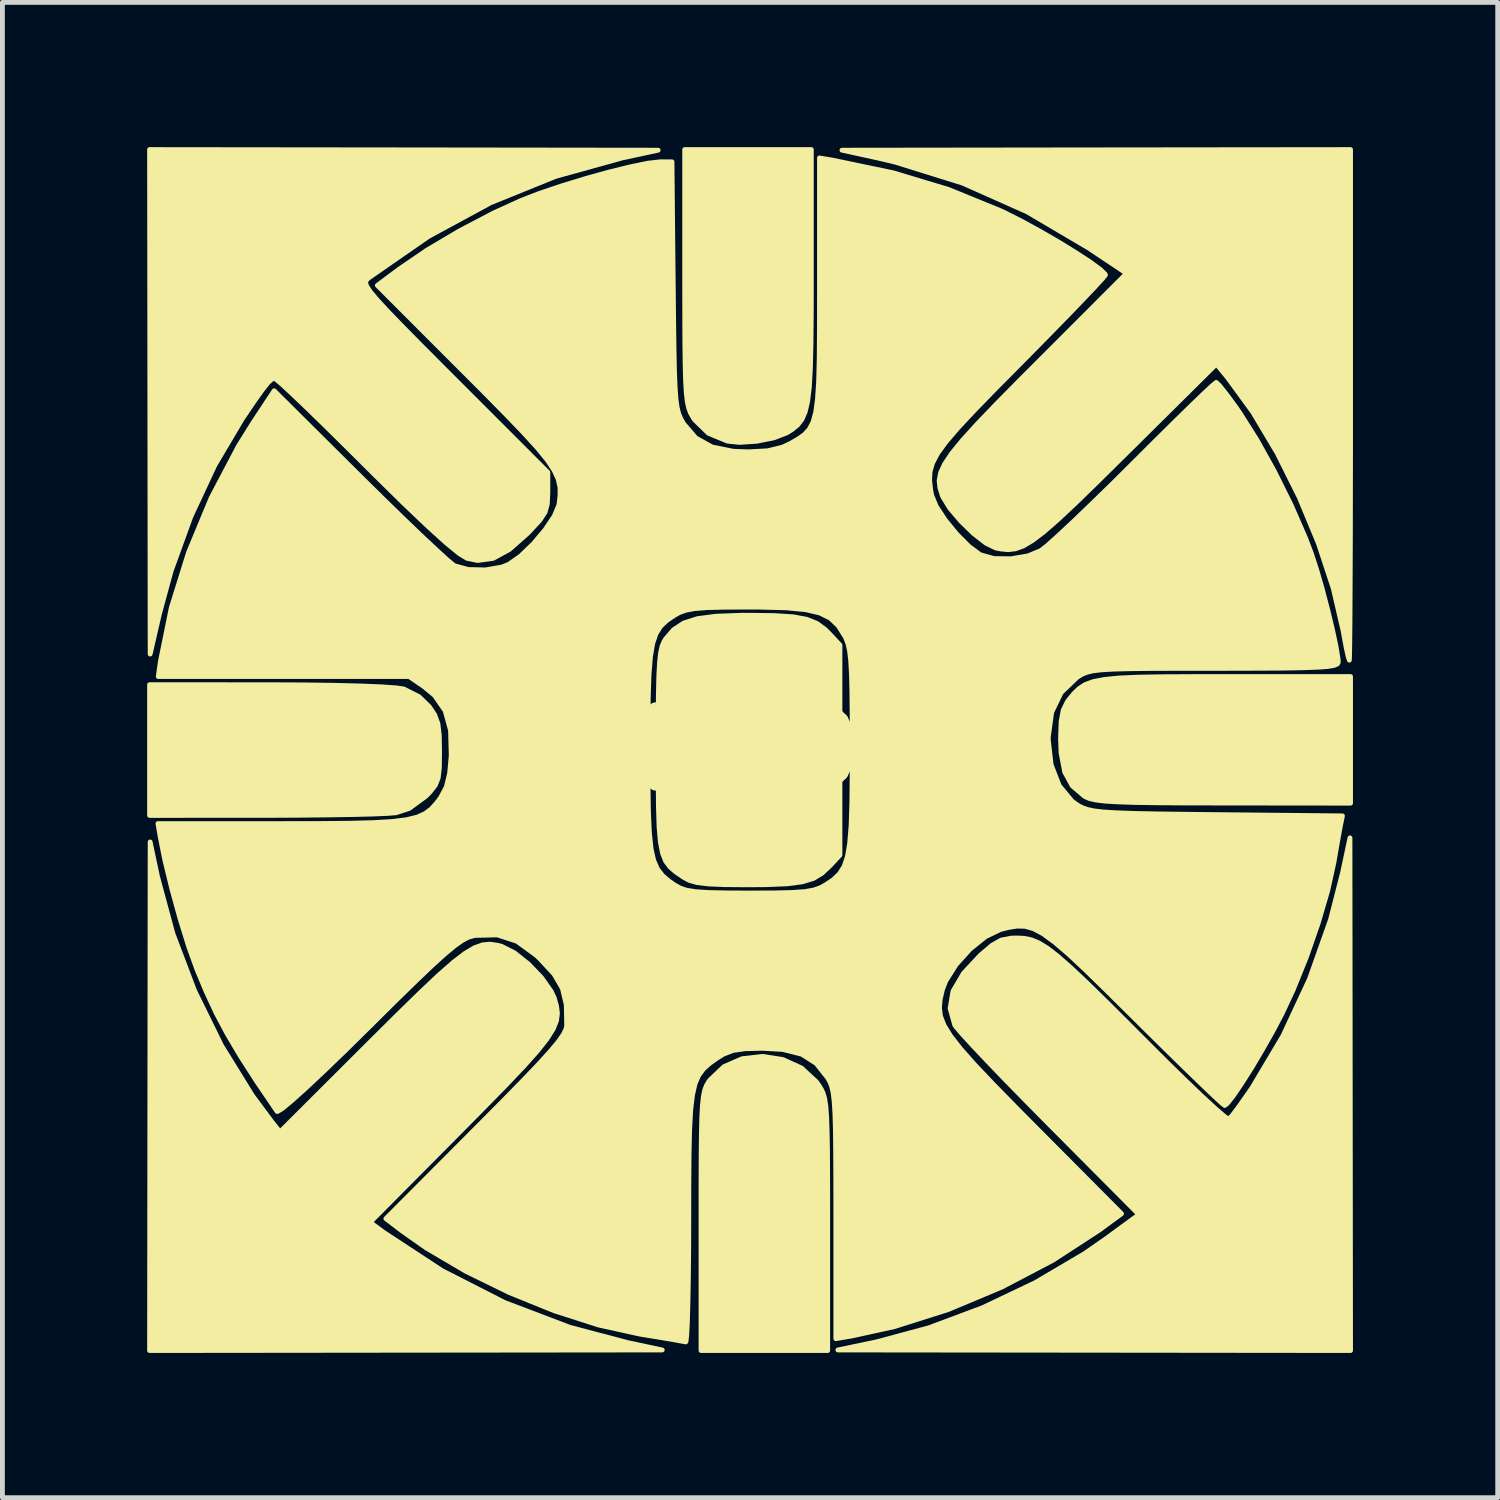
<source format=kicad_pcb>
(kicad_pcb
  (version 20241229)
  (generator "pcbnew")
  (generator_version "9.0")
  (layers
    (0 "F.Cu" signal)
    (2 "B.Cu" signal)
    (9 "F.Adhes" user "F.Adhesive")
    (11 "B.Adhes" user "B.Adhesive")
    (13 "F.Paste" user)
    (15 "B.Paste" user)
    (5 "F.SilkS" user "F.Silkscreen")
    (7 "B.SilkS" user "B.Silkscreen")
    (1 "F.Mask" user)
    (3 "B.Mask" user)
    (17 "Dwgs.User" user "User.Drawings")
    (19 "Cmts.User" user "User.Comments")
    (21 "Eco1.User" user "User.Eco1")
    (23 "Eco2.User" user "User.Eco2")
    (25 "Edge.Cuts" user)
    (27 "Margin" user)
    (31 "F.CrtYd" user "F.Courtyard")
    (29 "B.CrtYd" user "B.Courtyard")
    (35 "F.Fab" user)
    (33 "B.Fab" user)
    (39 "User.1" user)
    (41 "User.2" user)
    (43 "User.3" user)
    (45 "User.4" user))
  (footprint "MED"
    (layer "F.Cu")
    (at 12.496 12.496)
    (property "Reference" "MED" (at 0 0 0) (layer "F.SilkS") (effects (font (size 1.524 1.524) (thickness 0.3))))
    (attr through_hole)
    (fp_poly (pts (xy -6.435 0.026) (xy -6.439 0.359) (xy -6.463 0.576) (xy -6.522 0.727) (xy -6.632 0.867) (xy -6.721 0.958) (xy -7.063 1.209) (xy -7.335 1.299) (xy -7.504 1.313) (xy -7.817 1.326) (xy -8.249 1.337) (xy -8.774 1.345) (xy -9.367 1.351) (xy -10.002 1.354) (xy -10.054 1.354) (xy -12.446 1.355) (xy -12.446 0) (xy -12.446 -1.355) (xy -9.97 -1.354) (xy -9.259 -1.351) (xy -8.619 -1.342) (xy -8.07 -1.328) (xy -7.631 -1.31) (xy -7.323 -1.288) (xy -7.177 -1.266) (xy -6.861 -1.106) (xy -6.648 -0.899) (xy -6.535 -0.728) (xy -6.47 -0.548) (xy -6.441 -0.306) (xy -6.435 0.026)) (stroke (width 0.1) (type solid)) (fill yes) (layer "F.SilkS"))
    (fp_poly (pts (xy 1.27 -9.855) (xy 1.269 -9.064) (xy 1.263 -8.424) (xy 1.251 -7.916) (xy 1.229 -7.524) (xy 1.194 -7.227) (xy 1.143 -7.009) (xy 1.075 -6.852) (xy 0.985 -6.736) (xy 0.871 -6.643) (xy 0.762 -6.575) (xy 0.491 -6.47) (xy 0.134 -6.4) (xy -0.224 -6.377) (xy -0.466 -6.402) (xy -0.863 -6.566) (xy -1.149 -6.845) (xy -1.188 -6.905) (xy -1.235 -6.99) (xy -1.272 -7.088) (xy -1.301 -7.22) (xy -1.322 -7.405) (xy -1.337 -7.662) (xy -1.346 -8.01) (xy -1.352 -8.47) (xy -1.354 -9.059) (xy -1.355 -9.799) (xy -1.355 -9.81) (xy -1.355 -12.446) (xy -0.042 -12.446) (xy 1.27 -12.446) (xy 1.27 -9.855)) (stroke (width 0.1) (type solid)) (fill yes) (layer "F.SilkS"))
    (fp_poly (pts (xy 1.609 12.446) (xy 0.296 12.446) (xy -1.016 12.446) (xy -1.016 9.771) (xy -1.016 9.027) (xy -1.014 8.433) (xy -1.009 7.97) (xy -1.001 7.619) (xy -0.987 7.36) (xy -0.967 7.176) (xy -0.94 7.047) (xy -0.904 6.953) (xy -0.858 6.875) (xy -0.834 6.84) (xy -0.539 6.56) (xy -0.162 6.397) (xy 0.258 6.349) (xy 0.68 6.414) (xy 1.066 6.59) (xy 1.376 6.877) (xy 1.416 6.934) (xy 1.47 7.019) (xy 1.513 7.107) (xy 1.546 7.219) (xy 1.57 7.373) (xy 1.587 7.589) (xy 1.598 7.886) (xy 1.605 8.286) (xy 1.608 8.805) (xy 1.609 9.466) (xy 1.609 9.834) (xy 1.609 12.446)) (stroke (width 0.1) (type solid)) (fill yes) (layer "F.SilkS"))
    (fp_poly (pts (xy 12.446 1.101) (xy 9.8 1.098) (xy 9.046 1.097) (xy 8.443 1.093) (xy 7.971 1.086) (xy 7.614 1.074) (xy 7.351 1.058) (xy 7.165 1.035) (xy 7.038 1.006) (xy 6.949 0.968) (xy 6.932 0.958) (xy 6.678 0.742) (xy 6.521 0.454) (xy 6.446 0.06) (xy 6.435 -0.234) (xy 6.447 -0.587) (xy 6.49 -0.825) (xy 6.576 -1.001) (xy 6.611 -1.049) (xy 6.717 -1.177) (xy 6.824 -1.279) (xy 6.951 -1.36) (xy 7.118 -1.42) (xy 7.343 -1.463) (xy 7.645 -1.493) (xy 8.044 -1.511) (xy 8.559 -1.52) (xy 9.208 -1.523) (xy 9.859 -1.524) (xy 12.446 -1.524) (xy 12.446 -0.212) (xy 12.446 1.101)) (stroke (width 0.1) (type solid)) (fill yes) (layer "F.SilkS"))
    (fp_poly (pts (xy -1.82 12.434) (xy -7.133 12.44) (xy -12.446 12.446) (xy -12.44 7.176) (xy -12.434 1.905) (xy -12.281 2.625) (xy -11.961 3.808) (xy -11.513 4.988) (xy -10.957 6.121) (xy -10.313 7.164) (xy -9.911 7.705) (xy -9.743 7.916) (xy -7.855 6.032) (xy -7.288 5.469) (xy -6.825 5.017) (xy -6.451 4.664) (xy -6.15 4.4) (xy -5.909 4.215) (xy -5.712 4.098) (xy -5.544 4.037) (xy -5.391 4.023) (xy -5.239 4.045) (xy -5.148 4.069) (xy -4.885 4.202) (xy -4.592 4.435) (xy -4.32 4.719) (xy -4.119 5.005) (xy -4.058 5.139) (xy -4.011 5.304) (xy -3.992 5.456) (xy -4.011 5.61) (xy -4.08 5.782) (xy -4.208 5.985) (xy -4.407 6.237) (xy -4.686 6.55) (xy -5.056 6.94) (xy -5.529 7.423) (xy -5.98 7.879) (xy -7.875 9.788) (xy -7.602 9.991) (xy -6.387 10.788) (xy -5.09 11.45) (xy -3.737 11.964) (xy -2.54 12.281) (xy -1.82 12.434)) (stroke (width 0.1) (type solid)) (fill yes) (layer "F.SilkS"))
    (fp_poly (pts (xy 1.863 2.177) (xy 1.654 2.401) (xy 1.492 2.553) (xy 1.313 2.661) (xy 1.083 2.731) (xy 0.773 2.772) (xy 0.349 2.79) (xy -0.069 2.793) (xy -0.536 2.789) (xy -0.868 2.775) (xy -1.098 2.747) (xy -1.259 2.701) (xy -1.38 2.636) (xy -1.537 2.529) (xy -1.658 2.425) (xy -1.75 2.301) (xy -1.815 2.136) (xy -1.859 1.909) (xy -1.886 1.597) (xy -1.899 1.179) (xy -1.904 0.634) (xy -1.905 0) (xy -1.904 -0.655) (xy -1.9 -1.162) (xy -1.891 -1.544) (xy -1.876 -1.822) (xy -1.854 -2.018) (xy -1.823 -2.154) (xy -1.782 -2.251) (xy -1.752 -2.3) (xy -1.586 -2.494) (xy -1.376 -2.632) (xy -1.093 -2.723) (xy -0.707 -2.774) (xy -0.191 -2.793) (xy -0.014 -2.794) (xy 0.507 -2.787) (xy 0.893 -2.762) (xy 1.174 -2.71) (xy 1.385 -2.625) (xy 1.558 -2.498) (xy 1.654 -2.401) (xy 1.863 -2.177) (xy 1.863 -0.000001) (xy 1.863 2.177)) (stroke (width 0.1) (type solid)) (fill yes) (layer "F.SilkS"))
    (fp_poly (pts (xy 12.446 12.446) (xy 7.133 12.44) (xy 1.82 12.434) (xy 2.618 12.267) (xy 3.706 11.974) (xy 4.821 11.557) (xy 5.912 11.038) (xy 6.925 10.441) (xy 7.353 10.145) (xy 8.06 9.628) (xy 6.198 7.756) (xy 5.734 7.286) (xy 5.305 6.848) (xy 4.929 6.457) (xy 4.62 6.13) (xy 4.393 5.882) (xy 4.264 5.731) (xy 4.242 5.699) (xy 4.146 5.355) (xy 4.205 5) (xy 4.424 4.626) (xy 4.775 4.25) (xy 5.017 4.045) (xy 5.209 3.937) (xy 5.416 3.898) (xy 5.531 3.895) (xy 5.682 3.902) (xy 5.828 3.932) (xy 5.983 3.996) (xy 6.161 4.105) (xy 6.377 4.272) (xy 6.646 4.508) (xy 6.983 4.825) (xy 7.401 5.234) (xy 7.915 5.747) (xy 8.207 6.04) (xy 8.639 6.471) (xy 9.034 6.857) (xy 9.375 7.183) (xy 9.648 7.434) (xy 9.835 7.595) (xy 9.921 7.652) (xy 9.923 7.652) (xy 10 7.566) (xy 10.143 7.374) (xy 10.328 7.111) (xy 10.405 6.999) (xy 11.045 5.924) (xy 11.595 4.745) (xy 12.031 3.515) (xy 12.281 2.54) (xy 12.434 1.82) (xy 12.44 7.133) (xy 12.446 12.446)) (stroke (width 0.1) (type solid)) (fill yes) (layer "F.SilkS"))
    (fp_poly (pts (xy -1.905 -12.433) (xy -2.649 -12.273) (xy -4.034 -11.889) (xy -5.378 -11.344) (xy -6.668 -10.644) (xy -7.891 -9.796) (xy -7.914 -9.778) (xy -7.955 -9.738) (xy -7.969 -9.687) (xy -7.945 -9.612) (xy -7.871 -9.501) (xy -7.738 -9.341) (xy -7.534 -9.119) (xy -7.247 -8.821) (xy -6.868 -8.436) (xy -6.384 -7.95) (xy -6.136 -7.702) (xy -4.191 -5.756) (xy -4.191 -5.337) (xy -4.201 -5.104) (xy -4.248 -4.93) (xy -4.361 -4.759) (xy -4.566 -4.537) (xy -4.61 -4.492) (xy -4.988 -4.158) (xy -5.326 -3.973) (xy -5.647 -3.929) (xy -5.864 -3.973) (xy -6.023 -4.069) (xy -6.295 -4.291) (xy -6.676 -4.636) (xy -7.167 -5.103) (xy -7.764 -5.69) (xy -7.958 -5.884) (xy -8.415 -6.338) (xy -8.834 -6.751) (xy -9.201 -7.108) (xy -9.501 -7.394) (xy -9.718 -7.595) (xy -9.837 -7.696) (xy -9.854 -7.705) (xy -9.913 -7.686) (xy -9.992 -7.614) (xy -10.109 -7.466) (xy -10.283 -7.221) (xy -10.53 -6.856) (xy -10.53 -6.856) (xy -11.095 -5.901) (xy -11.592 -4.835) (xy -11.999 -3.712) (xy -12.238 -2.836) (xy -12.434 -1.99) (xy -12.44 -7.218) (xy -12.446 -12.446) (xy -7.176 -12.44) (xy -1.905 -12.433)) (stroke (width 0.1) (type solid)) (fill yes) (layer "F.SilkS"))
    (fp_poly (pts (xy 12.446 -7.154) (xy 12.446 -6.225) (xy 12.444 -5.348) (xy 12.443 -4.537) (xy 12.44 -3.806) (xy 12.437 -3.171) (xy 12.434 -2.645) (xy 12.43 -2.242) (xy 12.426 -1.978) (xy 12.422 -1.866) (xy 12.421 -1.863) (xy 12.396 -1.939) (xy 12.352 -2.142) (xy 12.299 -2.429) (xy 12.291 -2.475) (xy 12.088 -3.35) (xy 11.779 -4.286) (xy 11.384 -5.237) (xy 10.924 -6.158) (xy 10.421 -7.002) (xy 9.894 -7.724) (xy 9.875 -7.747) (xy 9.665 -8.001) (xy 7.774 -6.127) (xy 7.214 -5.574) (xy 6.758 -5.13) (xy 6.39 -4.785) (xy 6.096 -4.528) (xy 5.859 -4.347) (xy 5.666 -4.231) (xy 5.5 -4.171) (xy 5.347 -4.153) (xy 5.191 -4.169) (xy 5.094 -4.188) (xy 4.889 -4.288) (xy 4.634 -4.486) (xy 4.371 -4.741) (xy 4.143 -5.009) (xy 3.995 -5.249) (xy 3.983 -5.28) (xy 3.934 -5.436) (xy 3.919 -5.586) (xy 3.948 -5.745) (xy 4.031 -5.926) (xy 4.178 -6.146) (xy 4.399 -6.417) (xy 4.706 -6.756) (xy 5.108 -7.175) (xy 5.616 -7.69) (xy 5.932 -8.006) (xy 7.804 -9.879) (xy 7.013 -10.407) (xy 5.742 -11.156) (xy 4.404 -11.751) (xy 3.004 -12.187) (xy 2.625 -12.276) (xy 1.905 -12.433) (xy 7.176 -12.44) (xy 12.446 -12.446) (xy 12.446 -7.154)) (stroke (width 0.1) (type solid)) (fill yes) (layer "F.SilkS"))
    (fp_poly (pts (xy 12.278 1.364) (xy 12.24 1.55) (xy 12.207 1.726) (xy 12.157 2.007) (xy 12.102 2.328) (xy 11.973 2.913) (xy 11.776 3.586) (xy 11.531 4.291) (xy 11.257 4.969) (xy 11.033 5.45) (xy 10.841 5.816) (xy 10.625 6.199) (xy 10.405 6.571) (xy 10.196 6.901) (xy 10.019 7.163) (xy 9.891 7.326) (xy 9.837 7.366) (xy 9.766 7.309) (xy 9.591 7.146) (xy 9.325 6.892) (xy 8.986 6.563) (xy 8.587 6.172) (xy 8.144 5.734) (xy 7.961 5.552) (xy 7.41 5.006) (xy 6.963 4.569) (xy 6.602 4.231) (xy 6.311 3.982) (xy 6.075 3.809) (xy 5.877 3.703) (xy 5.701 3.653) (xy 5.53 3.649) (xy 5.349 3.678) (xy 5.19 3.719) (xy 4.883 3.866) (xy 4.561 4.125) (xy 4.271 4.446) (xy 4.057 4.784) (xy 3.987 4.967) (xy 3.941 5.163) (xy 3.925 5.341) (xy 3.948 5.518) (xy 4.022 5.708) (xy 4.157 5.927) (xy 4.364 6.192) (xy 4.653 6.518) (xy 5.035 6.921) (xy 5.52 7.417) (xy 5.89 7.79) (xy 7.7 9.61) (xy 7.238 9.949) (xy 6.276 10.575) (xy 5.216 11.131) (xy 4.104 11.597) (xy 2.988 11.951) (xy 2.117 12.142) (xy 2.117 -0.014) (xy 2.116 -0.67) (xy 2.111 -1.179) (xy 2.102 -1.564) (xy 2.086 -1.848) (xy 2.063 -2.052) (xy 2.03 -2.201) (xy 1.987 -2.316) (xy 1.962 -2.365) (xy 1.828 -2.576) (xy 1.665 -2.732) (xy 1.449 -2.84) (xy 1.152 -2.91) (xy 0.749 -2.948) (xy 0.213 -2.962) (xy -0.031 -2.963) (xy -0.532 -2.961) (xy -0.895 -2.952) (xy -1.152 -2.932) (xy -1.333 -2.898) (xy -1.471 -2.847) (xy -1.568 -2.793) (xy -1.727 -2.685) (xy -1.852 -2.566) (xy -1.948 -2.415) (xy -2.017 -2.213) (xy -2.064 -1.937) (xy -2.094 -1.567) (xy -2.11 -1.083) (xy -2.116 -0.464) (xy -2.117 0.014) (xy -2.115 0.722) (xy -2.106 1.282) (xy -2.086 1.715) (xy -2.052 2.042) (xy -1.998 2.285) (xy -1.92 2.464) (xy -1.815 2.601) (xy -1.678 2.718) (xy -1.566 2.795) (xy -1.451 2.86) (xy -1.313 2.906) (xy -1.123 2.936) (xy -0.851 2.953) (xy -0.467 2.961) (xy -0.01 2.963) (xy 0.499 2.961) (xy 0.869 2.952) (xy 1.132 2.934) (xy 1.317 2.902) (xy 1.457 2.854) (xy 1.568 2.793) (xy 1.727 2.685) (xy 1.852 2.566) (xy 1.948 2.415) (xy 2.017 2.213) (xy 2.064 1.937) (xy 2.094 1.567) (xy 2.11 1.083) (xy 2.116 0.464) (xy 2.117 -0.014) (xy 2.117 12.142) (xy 2.095 12.146) (xy 1.778 12.2) (xy 1.778 9.635) (xy 1.777 8.904) (xy 1.774 8.323) (xy 1.769 7.872) (xy 1.759 7.531) (xy 1.743 7.281) (xy 1.721 7.1) (xy 1.692 6.971) (xy 1.653 6.873) (xy 1.609 6.794) (xy 1.371 6.495) (xy 1.071 6.304) (xy 0.675 6.205) (xy 0.252 6.181) (xy -0.106 6.19) (xy -0.354 6.226) (xy -0.55 6.302) (xy -0.688 6.387) (xy -0.843 6.498) (xy -0.968 6.611) (xy -1.066 6.744) (xy -1.14 6.917) (xy -1.193 7.149) (xy -1.23 7.457) (xy -1.252 7.862) (xy -1.264 8.382) (xy -1.269 9.036) (xy -1.27 9.728) (xy -1.272 10.365) (xy -1.278 10.943) (xy -1.287 11.442) (xy -1.298 11.84) (xy -1.312 12.119) (xy -1.327 12.256) (xy -1.333 12.267) (xy -1.467 12.243) (xy -1.524 12.232) (xy -1.666 12.207) (xy -1.923 12.164) (xy -2.243 12.112) (xy -2.286 12.105) (xy -3.138 11.917) (xy -4.055 11.623) (xy -4.988 11.245) (xy -5.89 10.804) (xy -6.712 10.32) (xy -7.224 9.96) (xy -7.548 9.712) (xy -5.679 7.836) (xy -5.141 7.294) (xy -4.713 6.857) (xy -4.383 6.511) (xy -4.14 6.244) (xy -3.972 6.042) (xy -3.867 5.892) (xy -3.814 5.781) (xy -3.801 5.711) (xy -3.809 5.279) (xy -3.889 4.941) (xy -4.063 4.642) (xy -4.356 4.326) (xy -4.431 4.255) (xy -4.829 3.965) (xy -5.238 3.831) (xy -5.695 3.842) (xy -5.736 3.85) (xy -5.843 3.881) (xy -5.969 3.948) (xy -6.128 4.061) (xy -6.334 4.233) (xy -6.603 4.477) (xy -6.947 4.806) (xy -7.382 5.231) (xy -7.898 5.743) (xy -8.389 6.227) (xy -8.827 6.649) (xy -9.199 6.998) (xy -9.493 7.263) (xy -9.696 7.431) (xy -9.796 7.492) (xy -9.803 7.49) (xy -10.224 6.87) (xy -10.561 6.347) (xy -10.834 5.886) (xy -11.065 5.451) (xy -11.273 5.004) (xy -11.462 4.552) (xy -11.634 4.076) (xy -11.814 3.495) (xy -11.986 2.871) (xy -12.132 2.268) (xy -12.225 1.799) (xy -12.272 1.524) (xy -9.726 1.524) (xy -8.942 1.523) (xy -8.308 1.517) (xy -7.806 1.504) (xy -7.416 1.481) (xy -7.12 1.444) (xy -6.899 1.39) (xy -6.734 1.316) (xy -6.606 1.22) (xy -6.496 1.097) (xy -6.412 0.985) (xy -6.296 0.766) (xy -6.227 0.483) (xy -6.194 0.116) (xy -6.208 -0.409) (xy -6.32 -0.816) (xy -6.54 -1.134) (xy -6.763 -1.318) (xy -7.067 -1.524) (xy -9.666 -1.524) (xy -12.266 -1.524) (xy -12.221 -1.841) (xy -11.995 -2.952) (xy -11.638 -4.096) (xy -11.168 -5.228) (xy -10.604 -6.3) (xy -10.296 -6.793) (xy -9.864 -7.447) (xy -8.086 -5.68) (xy -7.628 -5.228) (xy -7.201 -4.812) (xy -6.822 -4.448) (xy -6.507 -4.153) (xy -6.275 -3.941) (xy -6.14 -3.83) (xy -6.123 -3.819) (xy -5.838 -3.742) (xy -5.484 -3.734) (xy -5.145 -3.793) (xy -5.002 -3.849) (xy -4.758 -4.02) (xy -4.493 -4.275) (xy -4.247 -4.567) (xy -4.057 -4.851) (xy -3.961 -5.081) (xy -3.959 -5.094) (xy -3.938 -5.28) (xy -3.94 -5.449) (xy -3.977 -5.615) (xy -4.06 -5.796) (xy -4.2 -6.008) (xy -4.41 -6.265) (xy -4.7 -6.583) (xy -5.082 -6.98) (xy -5.566 -7.471) (xy -5.889 -7.794) (xy -7.725 -9.631) (xy -7.27 -9.97) (xy -6.696 -10.362) (xy -6.022 -10.761) (xy -5.314 -11.132) (xy -4.741 -11.393) (xy -4.362 -11.539) (xy -3.906 -11.693) (xy -3.415 -11.843) (xy -2.926 -11.979) (xy -2.478 -12.089) (xy -2.112 -12.164) (xy -1.864 -12.192) (xy -1.862 -12.192) (xy -1.618 -12.192) (xy -1.592 -9.631) (xy -1.584 -8.904) (xy -1.576 -8.326) (xy -1.567 -7.878) (xy -1.554 -7.539) (xy -1.537 -7.29) (xy -1.513 -7.109) (xy -1.481 -6.979) (xy -1.441 -6.877) (xy -1.389 -6.785) (xy -1.374 -6.761) (xy -1.124 -6.469) (xy -0.791 -6.283) (xy -0.349 -6.193) (xy -0.041 -6.181) (xy 0.367 -6.203) (xy 0.673 -6.278) (xy 0.843 -6.358) (xy 1.001 -6.45) (xy 1.129 -6.541) (xy 1.229 -6.651) (xy 1.305 -6.797) (xy 1.36 -6.997) (xy 1.397 -7.271) (xy 1.421 -7.637) (xy 1.433 -8.113) (xy 1.438 -8.717) (xy 1.439 -9.469) (xy 1.439 -9.642) (xy 1.439 -12.272) (xy 1.714 -12.226) (xy 2.968 -11.964) (xy 4.113 -11.619) (xy 5.194 -11.177) (xy 5.292 -11.131) (xy 5.64 -10.955) (xy 6.018 -10.748) (xy 6.399 -10.527) (xy 6.753 -10.309) (xy 7.051 -10.114) (xy 7.264 -9.958) (xy 7.362 -9.86) (xy 7.366 -9.848) (xy 7.309 -9.775) (xy 7.146 -9.598) (xy 6.893 -9.331) (xy 6.565 -8.991) (xy 6.176 -8.593) (xy 5.741 -8.151) (xy 5.596 -8.005) (xy 5.058 -7.462) (xy 4.63 -7.021) (xy 4.299 -6.666) (xy 4.055 -6.38) (xy 3.886 -6.147) (xy 3.782 -5.949) (xy 3.731 -5.771) (xy 3.721 -5.595) (xy 3.742 -5.405) (xy 3.764 -5.282) (xy 3.858 -5.052) (xy 4.046 -4.766) (xy 4.288 -4.471) (xy 4.544 -4.215) (xy 4.772 -4.048) (xy 5.051 -3.97) (xy 5.406 -3.964) (xy 5.763 -4.025) (xy 6.028 -4.135) (xy 6.161 -4.24) (xy 6.394 -4.449) (xy 6.708 -4.743) (xy 7.085 -5.105) (xy 7.507 -5.516) (xy 7.953 -5.96) (xy 7.958 -5.965) (xy 8.391 -6.397) (xy 8.785 -6.787) (xy 9.125 -7.12) (xy 9.394 -7.38) (xy 9.578 -7.551) (xy 9.66 -7.619) (xy 9.662 -7.62) (xy 9.73 -7.555) (xy 9.869 -7.381) (xy 10.054 -7.129) (xy 10.15 -6.991) (xy 10.504 -6.432) (xy 10.871 -5.771) (xy 11.217 -5.073) (xy 11.511 -4.399) (xy 11.635 -4.073) (xy 11.742 -3.744) (xy 11.858 -3.344) (xy 11.97 -2.916) (xy 12.07 -2.502) (xy 12.146 -2.146) (xy 12.187 -1.891) (xy 12.192 -1.821) (xy 12.174 -1.785) (xy 12.11 -1.756) (xy 11.982 -1.733) (xy 11.773 -1.717) (xy 11.466 -1.706) (xy 11.045 -1.698) (xy 10.491 -1.695) (xy 9.789 -1.693) (xy 9.622 -1.693) (xy 8.895 -1.693) (xy 8.317 -1.691) (xy 7.869 -1.686) (xy 7.531 -1.677) (xy 7.284 -1.663) (xy 7.107 -1.642) (xy 6.982 -1.612) (xy 6.887 -1.574) (xy 6.805 -1.524) (xy 6.773 -1.503) (xy 6.447 -1.19) (xy 6.251 -0.781) (xy 6.181 -0.264) (xy 6.181 -0.219) (xy 6.24 0.304) (xy 6.409 0.739) (xy 6.677 1.063) (xy 6.793 1.145) (xy 6.881 1.192) (xy 6.985 1.23) (xy 7.124 1.26) (xy 7.318 1.283) (xy 7.586 1.3) (xy 7.948 1.313) (xy 8.423 1.323) (xy 9.032 1.331) (xy 9.674 1.338) (xy 12.278 1.364)) (stroke (width 0.1) (type solid)) (fill yes) (layer "F.SilkS")))
  (gr_rect
    (start -3 -3)
    (end 27.992 27.992)
    (stroke (width 0.1) (type default))
    (fill no)
    (layer "Edge.Cuts")))
</source>
